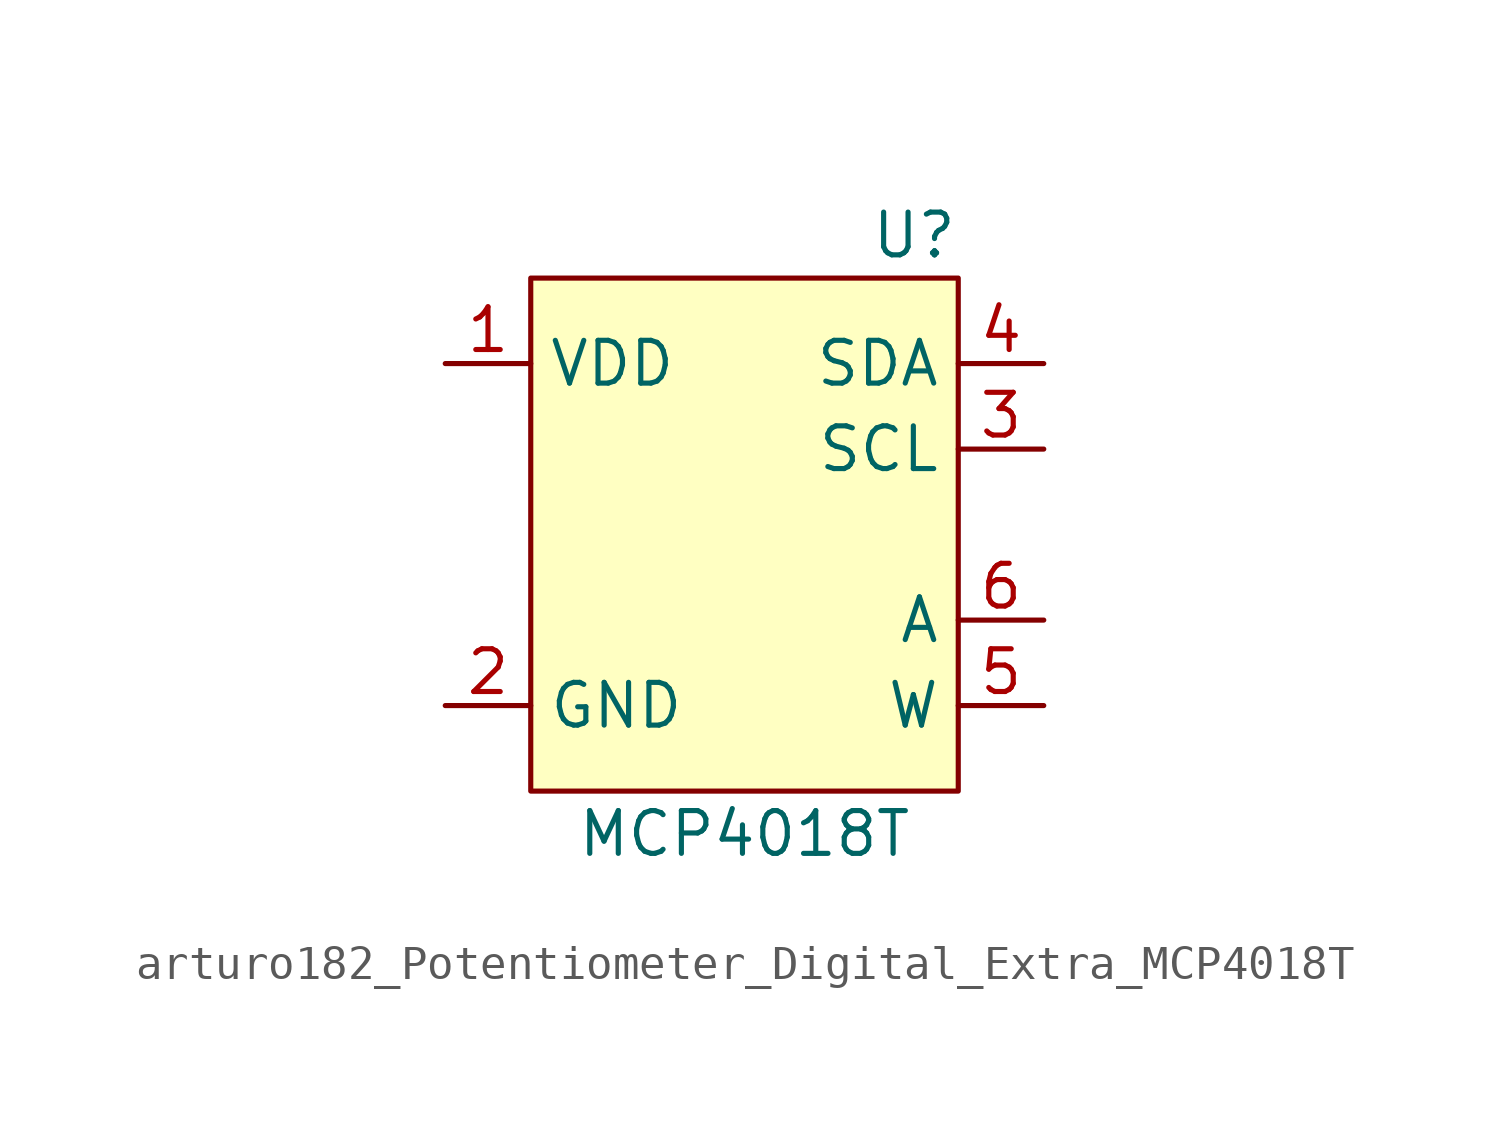
<source format=kicad_sym>
(kicad_symbol_lib
  (version 20220914)
  (generator kicad_symbol_editor)
  (symbol "Potentiometer_Digital_Extra:arturo182_Potentiometer_Digital_Extra_MCP4018T"
    (property "Reference" "U"
      (at 6.35 8.89 0)
      (effects (font (size 1.27 1.27)) (justify right)))
    (property "Value" "MCP4018T"
      (at 0 -8.89 0)
      (effects (font (size 1.27 1.27))))
    (symbol "arturo182_Potentiometer_Digital_Extra_MCP4018T_0_1"
      (rectangle (start -6.35 7.62) (end 6.35 -7.62) (stroke (width 0)) (fill (type background))))
    (symbol "arturo182_Potentiometer_Digital_Extra_MCP4018T_1_1"
      (pin power_in line (at -8.89 5.08 0) (length 2.54) (name "VDD" (effects (font (size 1.27 1.27)))) (number "1" (effects (font (size 1.27 1.27)))))
      (pin power_in line (at -8.89 -5.08 0) (length 2.54) (name "GND" (effects (font (size 1.27 1.27)))) (number "2" (effects (font (size 1.27 1.27)))))
      (pin input line (at 8.89 2.54 180) (length 2.54) (name "SCL" (effects (font (size 1.27 1.27)))) (number "3" (effects (font (size 1.27 1.27)))))
      (pin bidirectional line (at 8.89 5.08 180) (length 2.54) (name "SDA" (effects (font (size 1.27 1.27)))) (number "4" (effects (font (size 1.27 1.27)))))
      (pin power_in line (at 8.89 -5.08 180) (length 2.54) (name "W" (effects (font (size 1.27 1.27)))) (number "5" (effects (font (size 1.27 1.27)))))
      (pin output line (at 8.89 -2.54 180) (length 2.54) (name "A" (effects (font (size 1.27 1.27)))) (number "6" (effects (font (size 1.27 1.27))))))))
</source>
